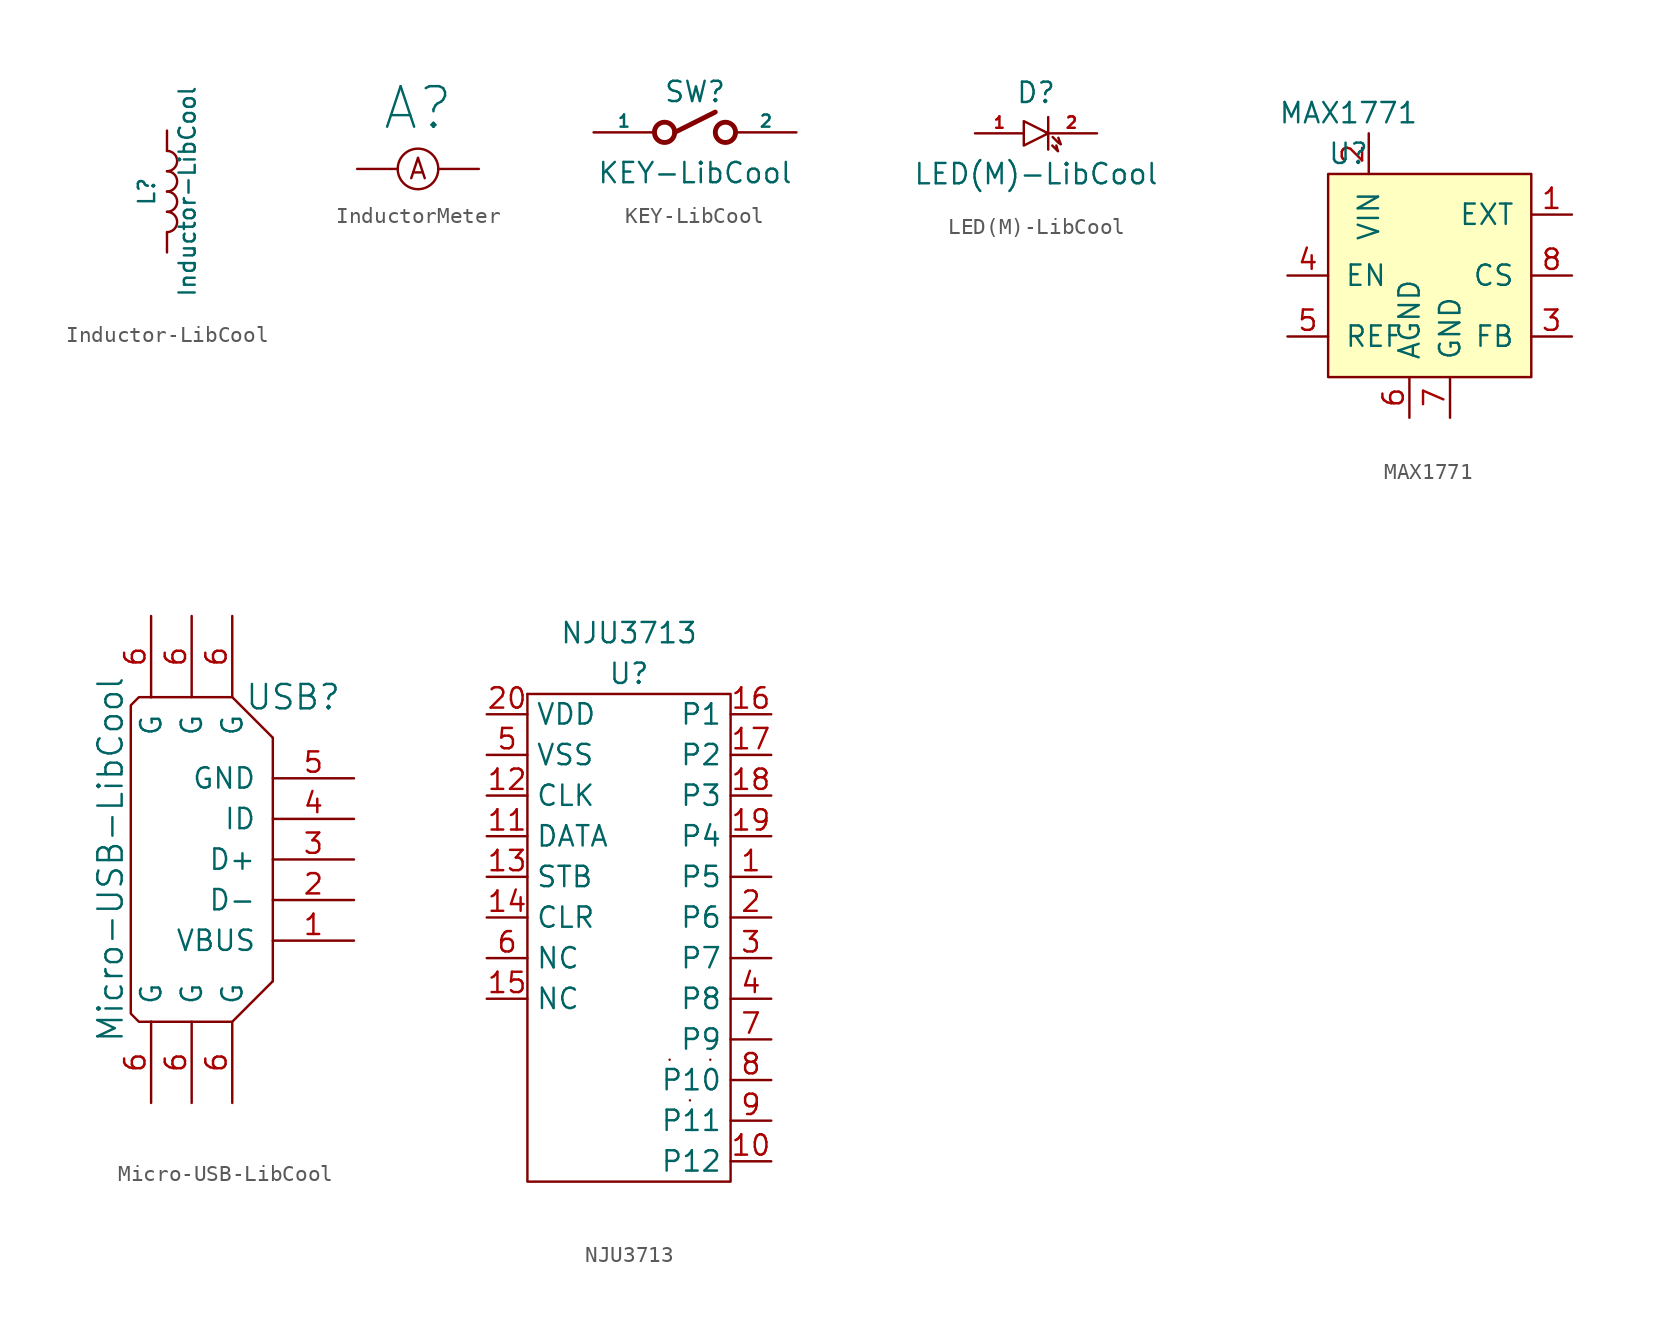
<source format=kicad_sym>
(kicad_symbol_lib
  (version 20220126)
  (generator kicad_symbol_editor)
  (symbol "Inductor-LibCool"
    (pin_numbers hide)
    (pin_names
      (offset 1.016) hide)
    (property "Reference" "L"
      (at -1.27 0 90)
      (effects (font (size 1.016 1.016))))
    (property "Value" "Inductor-LibCool"
      (at 1.27 0 90)
      (effects (font (size 1.016 1.016))))
    (property "Footprint" ""
      (at 0 0 0)
      (effects (font (size 1.524 1.524))))
    (property "Datasheet" ""
      (at 0 0 0)
      (effects (font (size 1.524 1.524))))
    (symbol "Inductor-LibCool_0_1"
      (arc (start 0 -2.54) (mid 0.6322 -1.905) (end 0 -1.27) (stroke (width 0) (type default)) (fill (type none)))
      (arc (start 0 -1.27) (mid 0.6322 -0.635) (end 0 0) (stroke (width 0) (type default)) (fill (type none)))
      (arc (start 0 0) (mid 0.6322 0.635) (end 0 1.27) (stroke (width 0) (type default)) (fill (type none)))
      (arc (start 0 1.27) (mid 0.6322 1.905) (end 0 2.54) (stroke (width 0) (type default)) (fill (type none))))
    (symbol "Inductor-LibCool_1_1"
      (pin passive line (at 0 3.81 270) (length 1.27) (name "1" (effects (font (size 1.778 1.778)))) (number "1" (effects (font (size 1.778 1.778)))))
      (pin passive line (at 0 -3.81 90) (length 1.27) (name "2" (effects (font (size 1.778 1.778)))) (number "2" (effects (font (size 1.778 1.778)))))))
  (symbol "InductorMeter"
    (pin_names
      (offset 1.016))
    (property "Reference" "A"
      (at 0 0 0)
      (effects (font (size 2.54 2.54))))
    (symbol "InductorMeter_0_0"
      (text "A" (at 0 -3.81 0) (effects (font (size 1.27 1.27)))))
    (symbol "InductorMeter_1_1"
      (circle (center 0 -3.81) (radius 1.27) (stroke (width 0) (type default)) (fill (type none)))
      (pin passive line (at -1.27 -3.81 180) (length 2.54) (name "~" (effects (font (size 1.27 1.27)))) (number "~" (effects (font (size 1.27 1.27)))))
      (pin passive line (at 1.27 -3.81 0) (length 2.54) (name "~" (effects (font (size 1.27 1.27)))) (number "~" (effects (font (size 1.27 1.27)))))))
  (symbol "KEY-LibCool"
    (pin_numbers hide)
    (pin_names
      (offset 0))
    (property "Reference" "SW"
      (at 0 2.54 0)
      (effects (font (size 1.27 1.27))))
    (property "Value" "KEY-LibCool"
      (at 0 -2.54 0)
      (effects (font (size 1.27 1.27))))
    (property "Footprint" ""
      (at 0 0 0)
      (effects (font (size 1.524 1.524))))
    (property "Datasheet" ""
      (at 0 0 0)
      (effects (font (size 1.524 1.524))))
    (symbol "KEY-LibCool_0_1"
      (circle (center -1.905 0) (radius 0.635) (stroke (width 0.305) (type default)) (fill (type none)))
      (polyline (pts (xy -1.27 0) (xy 1.27 1.27)) (stroke (width 0.305) (type default)) (fill (type none)))
      (circle (center 1.905 0) (radius 0.635) (stroke (width 0.305) (type default)) (fill (type none))))
    (symbol "KEY-LibCool_1_1"
      (pin input line (at -6.35 0 0) (length 3.81) (name "1" (effects (font (size 0.762 0.762)))) (number "1" (effects (font (size 0.762 0.762)))))
      (pin input line (at 6.35 0 180) (length 3.81) (name "2" (effects (font (size 0.762 0.762)))) (number "2" (effects (font (size 0.762 0.762)))))))
  (symbol "LED(M)-LibCool"
    (pin_names
      (offset 1.016) hide)
    (property "Reference" "D"
      (at 0 2.54 0)
      (effects (font (size 1.27 1.27))))
    (property "Value" "LED(M)-LibCool"
      (at 0 -2.54 0)
      (effects (font (size 1.27 1.27))))
    (property "Footprint" ""
      (at 0 -3.81 0)
      (effects (font (size 1.524 1.524))))
    (property "Datasheet" ""
      (at 0 -3.81 0)
      (effects (font (size 1.524 1.524))))
    (symbol "LED(M)-LibCool_1_1"
      (polyline (pts (xy 0.762 1.016) (xy 0.762 -1.016)) (stroke (width 0) (type default)) (fill (type none)))
      (polyline (pts (xy 1.016 -0.762) (xy 1.372 -1.118) (xy 1.27 -0.762)) (stroke (width 0) (type default)) (fill (type none)))
      (polyline (pts (xy -0.762 0.762) (xy -0.762 -0.762) (xy 0.762 0) (xy -0.762 0.762)) (stroke (width 0) (type default)) (fill (type none)))
      (polyline (pts (xy 1.041 -0.229) (xy 1.397 -0.584) (xy 1.549 -0.686) (xy 1.397 -0.279)) (stroke (width 0) (type default)) (fill (type none)))
      (pin passive line (at -3.81 0 0) (length 3.048) (name "A" (effects (font (size 1.016 1.016)))) (number "1" (effects (font (size 0.711 0.711)))))
      (pin passive line (at 3.81 0 180) (length 3.175) (name "K" (effects (font (size 1.016 1.016)))) (number "2" (effects (font (size 0.711 0.711)))))))
  (symbol "MAX1771"
    (pin_names
      (offset 1.016))
    (property "Reference" "U"
      (at 0 0 0)
      (effects (font (size 1.27 1.27))))
    (property "Value" "MAX1771"
      (at 0 2.54 0)
      (effects (font (size 1.27 1.27))))
    (symbol "MAX1771_0_1"
      (rectangle (start -1.27 -1.27) (end 11.43 -13.97) (stroke (width 0) (type default)) (fill (type background))))
    (symbol "MAX1771_1_1"
      (pin input line (at 13.97 -3.81 180) (length 2.54) (name "EXT" (effects (font (size 1.27 1.27)))) (number "1" (effects (font (size 1.27 1.27)))))
      (pin input line (at 1.27 1.27 270) (length 2.54) (name "VIN" (effects (font (size 1.27 1.27)))) (number "2" (effects (font (size 1.27 1.27)))))
      (pin input line (at 13.97 -11.43 180) (length 2.54) (name "FB" (effects (font (size 1.27 1.27)))) (number "3" (effects (font (size 1.27 1.27)))))
      (pin input line (at -3.81 -7.62 0) (length 2.54) (name "EN" (effects (font (size 1.27 1.27)))) (number "4" (effects (font (size 1.27 1.27)))))
      (pin input line (at -3.81 -11.43 0) (length 2.54) (name "REF" (effects (font (size 1.27 1.27)))) (number "5" (effects (font (size 1.27 1.27)))))
      (pin input line (at 3.81 -16.51 90) (length 2.54) (name "AGND" (effects (font (size 1.27 1.27)))) (number "6" (effects (font (size 1.27 1.27)))))
      (pin input line (at 6.35 -16.51 90) (length 2.54) (name "GND" (effects (font (size 1.27 1.27)))) (number "7" (effects (font (size 1.27 1.27)))))
      (pin input line (at 13.97 -7.62 180) (length 2.54) (name "CS" (effects (font (size 1.27 1.27)))) (number "8" (effects (font (size 1.27 1.27)))))))
  (symbol "Micro-USB-LibCool"
    (pin_names
      (offset 1.016))
    (property "Reference" "USB"
      (at 6.35 10.16 0)
      (effects (font (size 1.524 1.524))))
    (property "Value" "Micro-USB-LibCool"
      (at -5.08 0 90)
      (effects (font (size 1.524 1.524))))
    (property "Footprint" ""
      (at -3.81 0 0)
      (effects (font (size 1.524 1.524))))
    (property "Datasheet" ""
      (at -3.81 0 0)
      (effects (font (size 1.524 1.524))))
    (symbol "Micro-USB-LibCool_0_1"
      (polyline (pts (xy 5.08 -7.62) (xy 5.08 7.62)) (stroke (width 0) (type default)) (fill (type none)))
      (polyline (pts (xy 5.08 -7.62) (xy 2.54 -10.16) (xy -2.54 -10.16)) (stroke (width 0) (type default)) (fill (type none)))
      (polyline (pts (xy 5.08 7.62) (xy 2.54 10.16) (xy -2.54 10.16)) (stroke (width 0) (type default)) (fill (type none)))
      (polyline (pts (xy -2.54 10.16) (xy -3.302 10.16) (xy -3.81 9.652) (xy -3.81 -9.652) (xy -3.302 -10.16) (xy -2.54 -10.16)) (stroke (width 0) (type default)) (fill (type none))))
    (symbol "Micro-USB-LibCool_1_1"
      (pin power_in line (at 10.16 -5.08 180) (length 5.08) (name "VBUS" (effects (font (size 1.27 1.27)))) (number "1" (effects (font (size 1.27 1.27)))))
      (pin bidirectional line (at 10.16 -2.54 180) (length 5.08) (name "D-" (effects (font (size 1.27 1.27)))) (number "2" (effects (font (size 1.27 1.27)))))
      (pin bidirectional line (at 10.16 0 180) (length 5.08) (name "D+" (effects (font (size 1.27 1.27)))) (number "3" (effects (font (size 1.27 1.27)))))
      (pin bidirectional line (at 10.16 2.54 180) (length 5.08) (name "ID" (effects (font (size 1.27 1.27)))) (number "4" (effects (font (size 1.27 1.27)))))
      (pin power_in line (at 10.16 5.08 180) (length 5.08) (name "GND" (effects (font (size 1.27 1.27)))) (number "5" (effects (font (size 1.27 1.27)))))
      (pin passive line (at -2.54 -15.24 90) (length 5.08) (name "G" (effects (font (size 1.27 1.27)))) (number "6" (effects (font (size 1.27 1.27)))))
      (pin passive line (at -2.54 15.24 270) (length 5.08) (name "G" (effects (font (size 1.27 1.27)))) (number "6" (effects (font (size 1.27 1.27)))))
      (pin bidirectional line (at 0 -15.24 90) (length 5.08) (name "G" (effects (font (size 1.27 1.27)))) (number "6" (effects (font (size 1.27 1.27)))))
      (pin bidirectional line (at 0 15.24 270) (length 5.08) (name "G" (effects (font (size 1.27 1.27)))) (number "6" (effects (font (size 1.27 1.27)))))
      (pin bidirectional line (at 2.54 -15.24 90) (length 5.08) (name "G" (effects (font (size 1.27 1.27)))) (number "6" (effects (font (size 1.27 1.27)))))
      (pin bidirectional line (at 2.54 15.24 270) (length 5.08) (name "G" (effects (font (size 1.27 1.27)))) (number "6" (effects (font (size 1.27 1.27)))))))
  (symbol "NJU3713"
    (property "Reference" "U"
      (at 0 0 0)
      (effects (font (size 1.27 1.27))))
    (property "Value" "NJU3713"
      (at 0 2.54 0)
      (effects (font (size 1.27 1.27))))
    (symbol "NJU3713_0_1"
      (rectangle (start -6.35 -1.27) (end -6.35 -1.27) (stroke (width 0.152) (type default)) (fill (type none)))
      (rectangle (start -6.35 -1.27) (end 6.35 -31.75) (stroke (width 0.152) (type default)) (fill (type none)))
      (rectangle (start 2.54 -24.13) (end 2.54 -24.13) (stroke (width 0.152) (type default)) (fill (type none)))
      (rectangle (start 3.81 -26.67) (end 3.81 -26.67) (stroke (width 0.152) (type default)) (fill (type none)))
      (rectangle (start 5.08 -24.13) (end 5.08 -24.13) (stroke (width 0.152) (type default)) (fill (type none))))
    (symbol "NJU3713_1_1"
      (pin input line (at 8.89 -12.7 180) (length 2.54) (name "P5" (effects (font (size 1.27 1.27)))) (number "1" (effects (font (size 1.27 1.27)))))
      (pin input line (at 8.89 -30.48 180) (length 2.54) (name "P12" (effects (font (size 1.27 1.27)))) (number "10" (effects (font (size 1.27 1.27)))))
      (pin input line (at -8.89 -10.16 0) (length 2.54) (name "DATA" (effects (font (size 1.27 1.27)))) (number "11" (effects (font (size 1.27 1.27)))))
      (pin input line (at -8.89 -7.62 0) (length 2.54) (name "CLK" (effects (font (size 1.27 1.27)))) (number "12" (effects (font (size 1.27 1.27)))))
      (pin input line (at -8.89 -12.7 0) (length 2.54) (name "STB" (effects (font (size 1.27 1.27)))) (number "13" (effects (font (size 1.27 1.27)))))
      (pin input line (at -8.89 -15.24 0) (length 2.54) (name "CLR" (effects (font (size 1.27 1.27)))) (number "14" (effects (font (size 1.27 1.27)))))
      (pin input line (at -8.89 -20.32 0) (length 2.54) (name "NC" (effects (font (size 1.27 1.27)))) (number "15" (effects (font (size 1.27 1.27)))))
      (pin input line (at 8.89 -2.54 180) (length 2.54) (name "P1" (effects (font (size 1.27 1.27)))) (number "16" (effects (font (size 1.27 1.27)))))
      (pin input line (at 8.89 -5.08 180) (length 2.54) (name "P2" (effects (font (size 1.27 1.27)))) (number "17" (effects (font (size 1.27 1.27)))))
      (pin input line (at 8.89 -7.62 180) (length 2.54) (name "P3" (effects (font (size 1.27 1.27)))) (number "18" (effects (font (size 1.27 1.27)))))
      (pin input line (at 8.89 -10.16 180) (length 2.54) (name "P4" (effects (font (size 1.27 1.27)))) (number "19" (effects (font (size 1.27 1.27)))))
      (pin input line (at 8.89 -15.24 180) (length 2.54) (name "P6" (effects (font (size 1.27 1.27)))) (number "2" (effects (font (size 1.27 1.27)))))
      (pin input line (at -8.89 -2.54 0) (length 2.54) (name "VDD" (effects (font (size 1.27 1.27)))) (number "20" (effects (font (size 1.27 1.27)))))
      (pin input line (at 8.89 -17.78 180) (length 2.54) (name "P7" (effects (font (size 1.27 1.27)))) (number "3" (effects (font (size 1.27 1.27)))))
      (pin input line (at 8.89 -20.32 180) (length 2.54) (name "P8" (effects (font (size 1.27 1.27)))) (number "4" (effects (font (size 1.27 1.27)))))
      (pin input line (at -8.89 -5.08 0) (length 2.54) (name "VSS" (effects (font (size 1.27 1.27)))) (number "5" (effects (font (size 1.27 1.27)))))
      (pin input line (at -8.89 -17.78 0) (length 2.54) (name "NC" (effects (font (size 1.27 1.27)))) (number "6" (effects (font (size 1.27 1.27)))))
      (pin input line (at 8.89 -22.86 180) (length 2.54) (name "P9" (effects (font (size 1.27 1.27)))) (number "7" (effects (font (size 1.27 1.27)))))
      (pin input line (at 8.89 -25.4 180) (length 2.54) (name "P10" (effects (font (size 1.27 1.27)))) (number "8" (effects (font (size 1.27 1.27)))))
      (pin input line (at 8.89 -27.94 180) (length 2.54) (name "P11" (effects (font (size 1.27 1.27)))) (number "9" (effects (font (size 1.27 1.27))))))))
</source>
